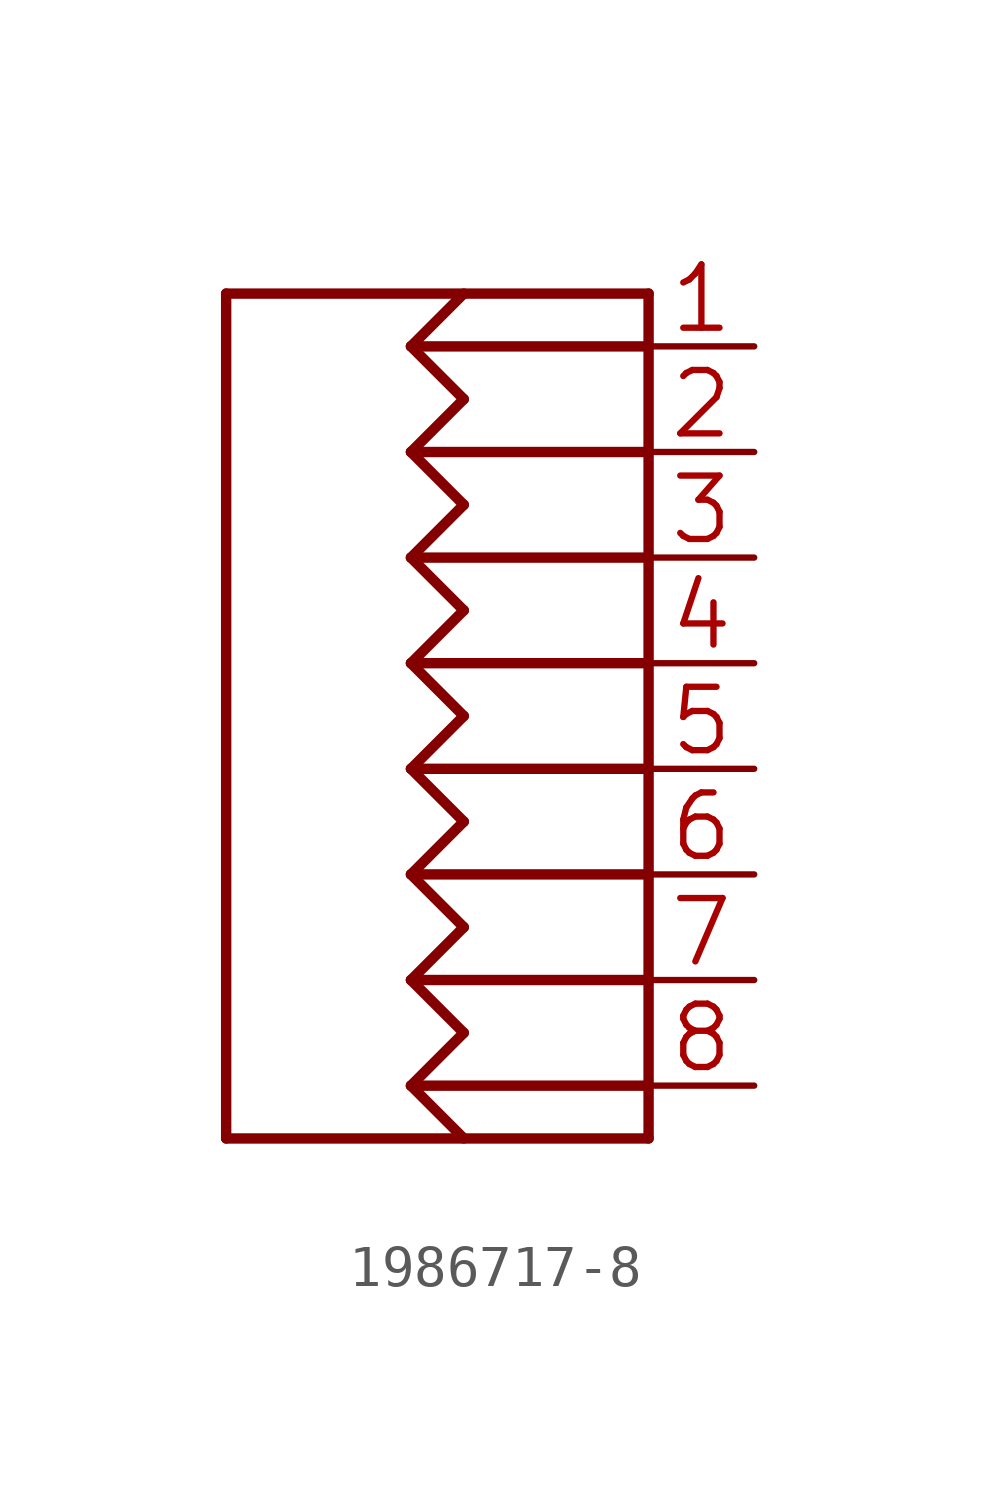
<source format=kicad_sym>
(kicad_symbol_lib
  (version 20241209)
  (generator "kicad_symbol_editor")
  (generator_version "9.0")
  (symbol "1986717-8"
    (property "Reference" "J"
      (at 0 0 0)
      (effects (font (size 1.27 1.27)) (hide yes)))
    (property "ki_locked" ""
      (at 0 0 0)
      (effects (font (size 1.27 1.27))))
    (symbol "1986717-8_1_0"
      (polyline (pts (xy -5.08 10.16) (xy 5.08 10.16)) (stroke (width 0.25) (type solid)) (fill (type none)))
      (polyline (pts (xy -5.08 -10.16) (xy -5.08 10.16)) (stroke (width 0.25) (type solid)) (fill (type none)))
      (polyline (pts (xy -0.635 8.89) (xy 0.635 10.16)) (stroke (width 0.25) (type solid)) (fill (type none)))
      (polyline (pts (xy -0.635 8.89) (xy 0.635 7.62)) (stroke (width 0.25) (type solid)) (fill (type none)))
      (polyline (pts (xy -0.635 8.89) (xy 5.08 8.89)) (stroke (width 0.25) (type solid)) (fill (type none)))
      (polyline (pts (xy -0.635 6.35) (xy 0.635 7.62)) (stroke (width 0.25) (type solid)) (fill (type none)))
      (polyline (pts (xy -0.635 6.35) (xy 0.635 5.08)) (stroke (width 0.25) (type solid)) (fill (type none)))
      (polyline (pts (xy -0.635 6.35) (xy 5.08 6.35)) (stroke (width 0.25) (type solid)) (fill (type none)))
      (polyline (pts (xy -0.635 3.81) (xy 0.635 5.08)) (stroke (width 0.25) (type solid)) (fill (type none)))
      (polyline (pts (xy -0.635 3.81) (xy 0.635 2.54)) (stroke (width 0.25) (type solid)) (fill (type none)))
      (polyline (pts (xy -0.635 3.81) (xy 5.08 3.81)) (stroke (width 0.25) (type solid)) (fill (type none)))
      (polyline (pts (xy -0.635 1.27) (xy 0.635 2.54)) (stroke (width 0.25) (type solid)) (fill (type none)))
      (polyline (pts (xy -0.635 1.27) (xy 0.635 0)) (stroke (width 0.25) (type solid)) (fill (type none)))
      (polyline (pts (xy -0.635 1.27) (xy 5.08 1.27)) (stroke (width 0.25) (type solid)) (fill (type none)))
      (polyline (pts (xy -0.635 -1.27) (xy 0.635 0)) (stroke (width 0.25) (type solid)) (fill (type none)))
      (polyline (pts (xy -0.635 -1.27) (xy 0.635 -2.54)) (stroke (width 0.25) (type solid)) (fill (type none)))
      (polyline (pts (xy -0.635 -1.27) (xy 5.08 -1.27)) (stroke (width 0.25) (type solid)) (fill (type none)))
      (polyline (pts (xy -0.635 -3.81) (xy 0.635 -2.54)) (stroke (width 0.25) (type solid)) (fill (type none)))
      (polyline (pts (xy -0.635 -3.81) (xy 0.635 -5.08)) (stroke (width 0.25) (type solid)) (fill (type none)))
      (polyline (pts (xy -0.635 -3.81) (xy 5.08 -3.81)) (stroke (width 0.25) (type solid)) (fill (type none)))
      (polyline (pts (xy -0.635 -6.35) (xy 0.635 -5.08)) (stroke (width 0.25) (type solid)) (fill (type none)))
      (polyline (pts (xy -0.635 -6.35) (xy 0.635 -7.62)) (stroke (width 0.25) (type solid)) (fill (type none)))
      (polyline (pts (xy -0.635 -6.35) (xy 5.08 -6.35)) (stroke (width 0.25) (type solid)) (fill (type none)))
      (polyline (pts (xy -0.635 -8.89) (xy 0.635 -7.62)) (stroke (width 0.25) (type solid)) (fill (type none)))
      (polyline (pts (xy -0.635 -8.89) (xy 0.635 -10.16)) (stroke (width 0.25) (type solid)) (fill (type none)))
      (polyline (pts (xy -0.635 -8.89) (xy 5.08 -8.89)) (stroke (width 0.25) (type solid)) (fill (type none)))
      (polyline (pts (xy 5.08 10.16) (xy 5.08 -10.16)) (stroke (width 0.25) (type solid)) (fill (type none)))
      (polyline (pts (xy 5.08 -10.16) (xy -5.08 -10.16)) (stroke (width 0.25) (type solid)) (fill (type none)))
      (pin passive line (at 7.62 8.89 180) (length 2.54) (name "P1" (effects (font (size 0 0)))) (number "1" (effects (font (size 1.524 1.524)))))
      (pin passive line (at 7.62 6.35 180) (length 2.54) (name "P2" (effects (font (size 0 0)))) (number "2" (effects (font (size 1.524 1.524)))))
      (pin passive line (at 7.62 3.81 180) (length 2.54) (name "P3" (effects (font (size 0 0)))) (number "3" (effects (font (size 1.524 1.524)))))
      (pin passive line (at 7.62 1.27 180) (length 2.54) (name "P4" (effects (font (size 0 0)))) (number "4" (effects (font (size 1.524 1.524)))))
      (pin passive line (at 7.62 -1.27 180) (length 2.54) (name "P5" (effects (font (size 0 0)))) (number "5" (effects (font (size 1.524 1.524)))))
      (pin passive line (at 7.62 -3.81 180) (length 2.54) (name "P6" (effects (font (size 0 0)))) (number "6" (effects (font (size 1.524 1.524)))))
      (pin passive line (at 7.62 -6.35 180) (length 2.54) (name "P7" (effects (font (size 0 0)))) (number "7" (effects (font (size 1.524 1.524)))))
      (pin passive line (at 7.62 -8.89 180) (length 2.54) (name "P8" (effects (font (size 0 0)))) (number "8" (effects (font (size 1.524 1.524))))))))
</source>
